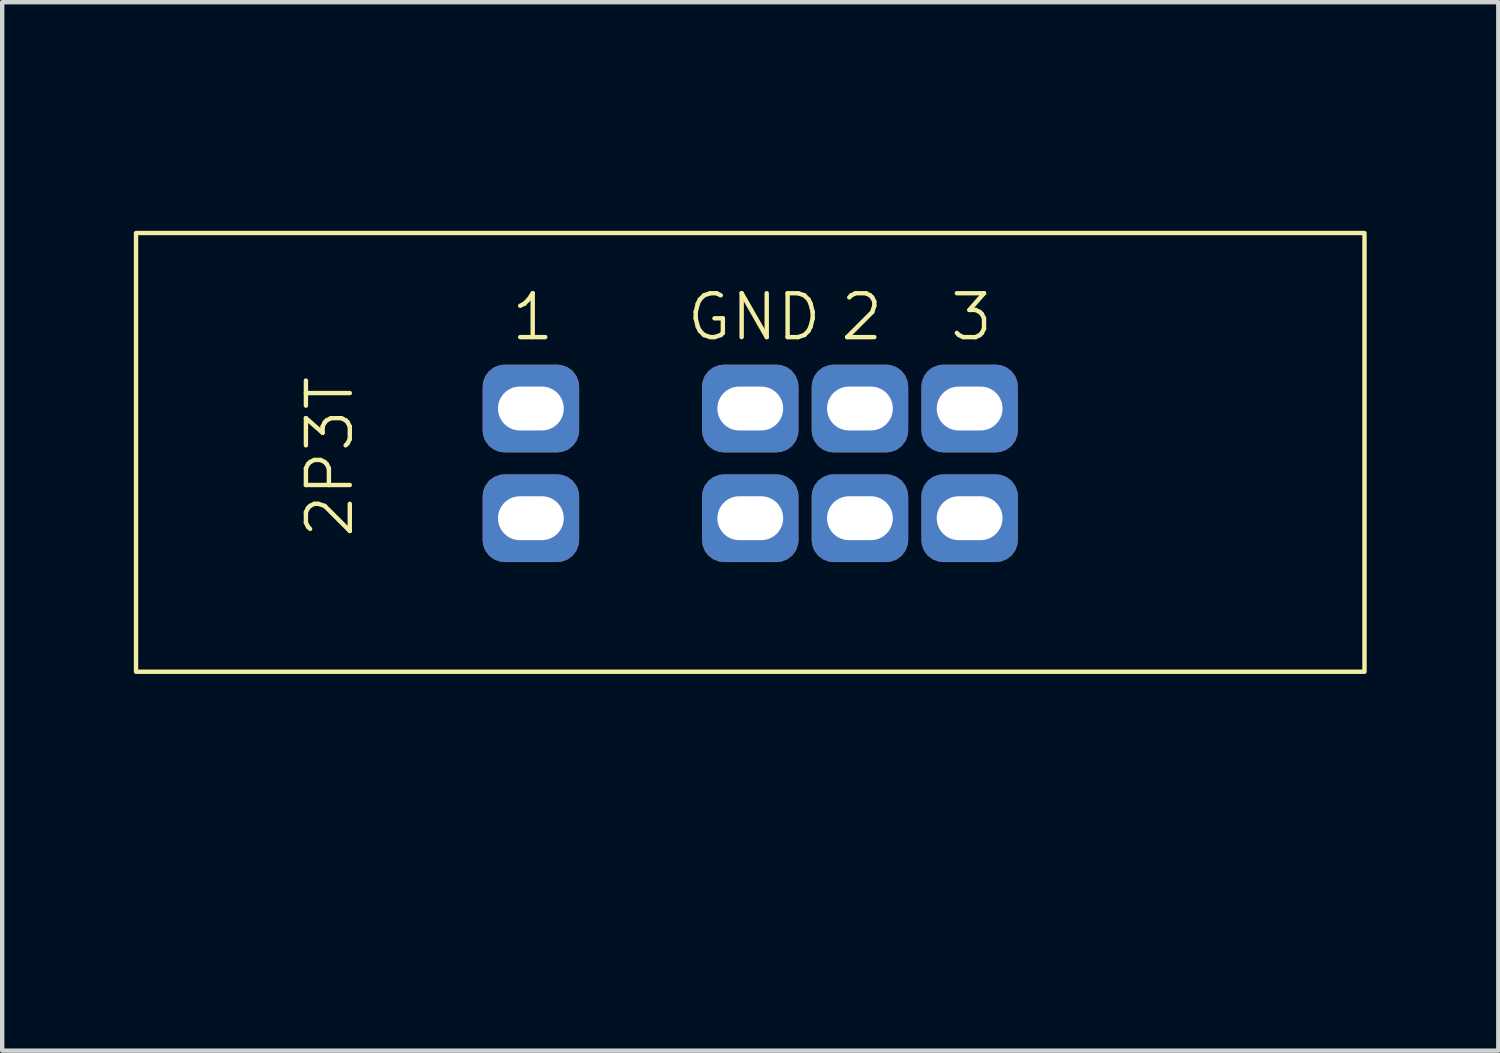
<source format=kicad_pcb>
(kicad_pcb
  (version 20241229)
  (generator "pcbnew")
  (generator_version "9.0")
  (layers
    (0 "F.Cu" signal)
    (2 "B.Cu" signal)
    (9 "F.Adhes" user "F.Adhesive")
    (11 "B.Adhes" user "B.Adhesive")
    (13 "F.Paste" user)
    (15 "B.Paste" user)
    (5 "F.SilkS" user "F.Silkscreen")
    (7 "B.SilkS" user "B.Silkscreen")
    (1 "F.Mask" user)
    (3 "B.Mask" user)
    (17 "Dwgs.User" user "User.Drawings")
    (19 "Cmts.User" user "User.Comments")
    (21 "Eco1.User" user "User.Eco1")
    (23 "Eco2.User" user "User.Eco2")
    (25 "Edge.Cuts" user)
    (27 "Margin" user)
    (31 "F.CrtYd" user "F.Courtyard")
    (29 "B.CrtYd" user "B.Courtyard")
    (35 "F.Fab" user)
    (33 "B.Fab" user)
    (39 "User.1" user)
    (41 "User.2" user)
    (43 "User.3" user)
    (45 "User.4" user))
  (footprint "GANGED_SWITCH"
    (layer "F.Cu")
    (at 14.05 7.761)
    (property "Reference" "GANGED_SWITCH" (at 0.5 -7 0) (unlocked yes) (layer "User.1") (effects (font (size 1 1) (thickness 0.1))))
    (attr through_hole)
    (fp_rect (start -14 -5.5) (end 14 4.5) (stroke (width 0.1) (type default)) (fill no) (layer "F.SilkS"))
    (fp_text user "3" (at 4.5 -3 0) (unlocked yes) (layer "F.SilkS") (effects (font (size 1 1) (thickness 0.1)) (justify left bottom)))
    (fp_text user "1" (at -5.5 -3 0) (unlocked yes) (layer "F.SilkS") (effects (font (size 1 1) (thickness 0.1)) (justify left bottom)))
    (fp_text user "2" (at 2 -3 0) (unlocked yes) (layer "F.SilkS") (effects (font (size 1 1) (thickness 0.1)) (justify left bottom)))
    (fp_text user "GND" (at -1.5 -3 0) (unlocked yes) (layer "F.SilkS") (effects (font (size 1 1) (thickness 0.1)) (justify left bottom)))
    (fp_text user "2P3T" (at -9 1.5 90) (unlocked yes) (layer "F.SilkS") (effects (font (size 1 1) (thickness 0.1)) (justify left bottom)))
    (dimension (type aligned) (layer "User.1") (pts (xy 16.55 8.761) (xy 19.05 8.761)) (height 3.5) (format (prefix "") (suffix "") (units 3) (units_format 1) (precision 4)) (style (thickness 0.1) (arrow_length 1.27) (text_position_mode 0) (arrow_direction outward) (extension_height 0.586) (extension_offset 0.5) (keep_text_aligned yes)) (gr_text "2.5000 mm" (at 17.8 11.161 0) (layer "User.1") (effects (font (size 1 1) (thickness 0.1)))))
    (dimension (type aligned) (layer "User.1") (pts (xy 9.05 8.761) (xy 14.05 8.761)) (height 8.5) (format (prefix "") (suffix "") (units 3) (units_format 1) (precision 4)) (style (thickness 0.1) (arrow_length 1.27) (text_position_mode 0) (arrow_direction outward) (extension_height 0.586) (extension_offset 0.5) (keep_text_aligned yes)) (gr_text "5.0000 mm" (at 11.55 16.16 0) (layer "User.1") (effects (font (size 1 1) (thickness 0.1)))))
    (dimension (type aligned) (layer "User.1") (pts (xy 19.05 6.261) (xy 19.05 8.761)) (height -5.5) (format (prefix "") (suffix "") (units 3) (units_format 1) (precision 4)) (style (thickness 0.1) (arrow_length 1.27) (text_position_mode 0) (arrow_direction outward) (extension_height 0.586) (extension_offset 0.5) (keep_text_aligned yes)) (gr_text "2.5000 mm" (at 23.45 7.511 90) (layer "User.1") (effects (font (size 1 1) (thickness 0.1)))))
    (dimension (type aligned) (layer "User.1") (pts (xy 14.05 8.761) (xy 16.55 8.761)) (height 6) (format (prefix "") (suffix "") (units 3) (units_format 1) (precision 4)) (style (thickness 0.1) (arrow_length 1.27) (text_position_mode 0) (arrow_direction outward) (extension_height 0.586) (extension_offset 0.5) (keep_text_aligned yes)) (gr_text "2.5000 mm" (at 15.3 13.661 0) (layer "User.1") (effects (font (size 1 1) (thickness 0.1)))))
    (pad "1" thru_hole roundrect (at -5 -1.5 180) (size 2.2 2) (drill oval 1.5 1) (layers "*.Cu" "*.Mask") (roundrect_rratio 0.25))
    (pad "2" thru_hole roundrect (at 2.5 -1.5 180) (size 2.2 2) (drill oval 1.5 1) (layers "*.Cu" "*.Mask") (roundrect_rratio 0.25))
    (pad "3" thru_hole roundrect (at 5 -1.5 180) (size 2.2 2) (drill oval 1.5 1) (layers "*.Cu" "*.Mask") (roundrect_rratio 0.25))
    (pad "4" thru_hole roundrect (at -5 1 180) (size 2.2 2) (drill oval 1.5 1) (layers "*.Cu" "*.Mask") (roundrect_rratio 0.25))
    (pad "5" thru_hole roundrect (at 2.5 1 180) (size 2.2 2) (drill oval 1.5 1) (layers "*.Cu" "*.Mask") (roundrect_rratio 0.25))
    (pad "6" thru_hole roundrect (at 5 1 180) (size 2.2 2) (drill oval 1.5 1) (layers "*.Cu" "*.Mask") (roundrect_rratio 0.25))
    (pad "7" thru_hole roundrect (at 0 -1.5 180) (size 2.2 2) (drill oval 1.5 1) (layers "*.Cu" "*.Mask") (roundrect_rratio 0.25))
    (pad "8" thru_hole roundrect (at 0 1 180) (size 2.2 2) (drill oval 1.5 1) (layers "*.Cu" "*.Mask") (roundrect_rratio 0.25)))
  (gr_rect
    (start -3 -3)
    (end 31.1 20.897)
    (stroke (width 0.1) (type default))
    (fill no)
    (layer "Edge.Cuts")))
</source>
